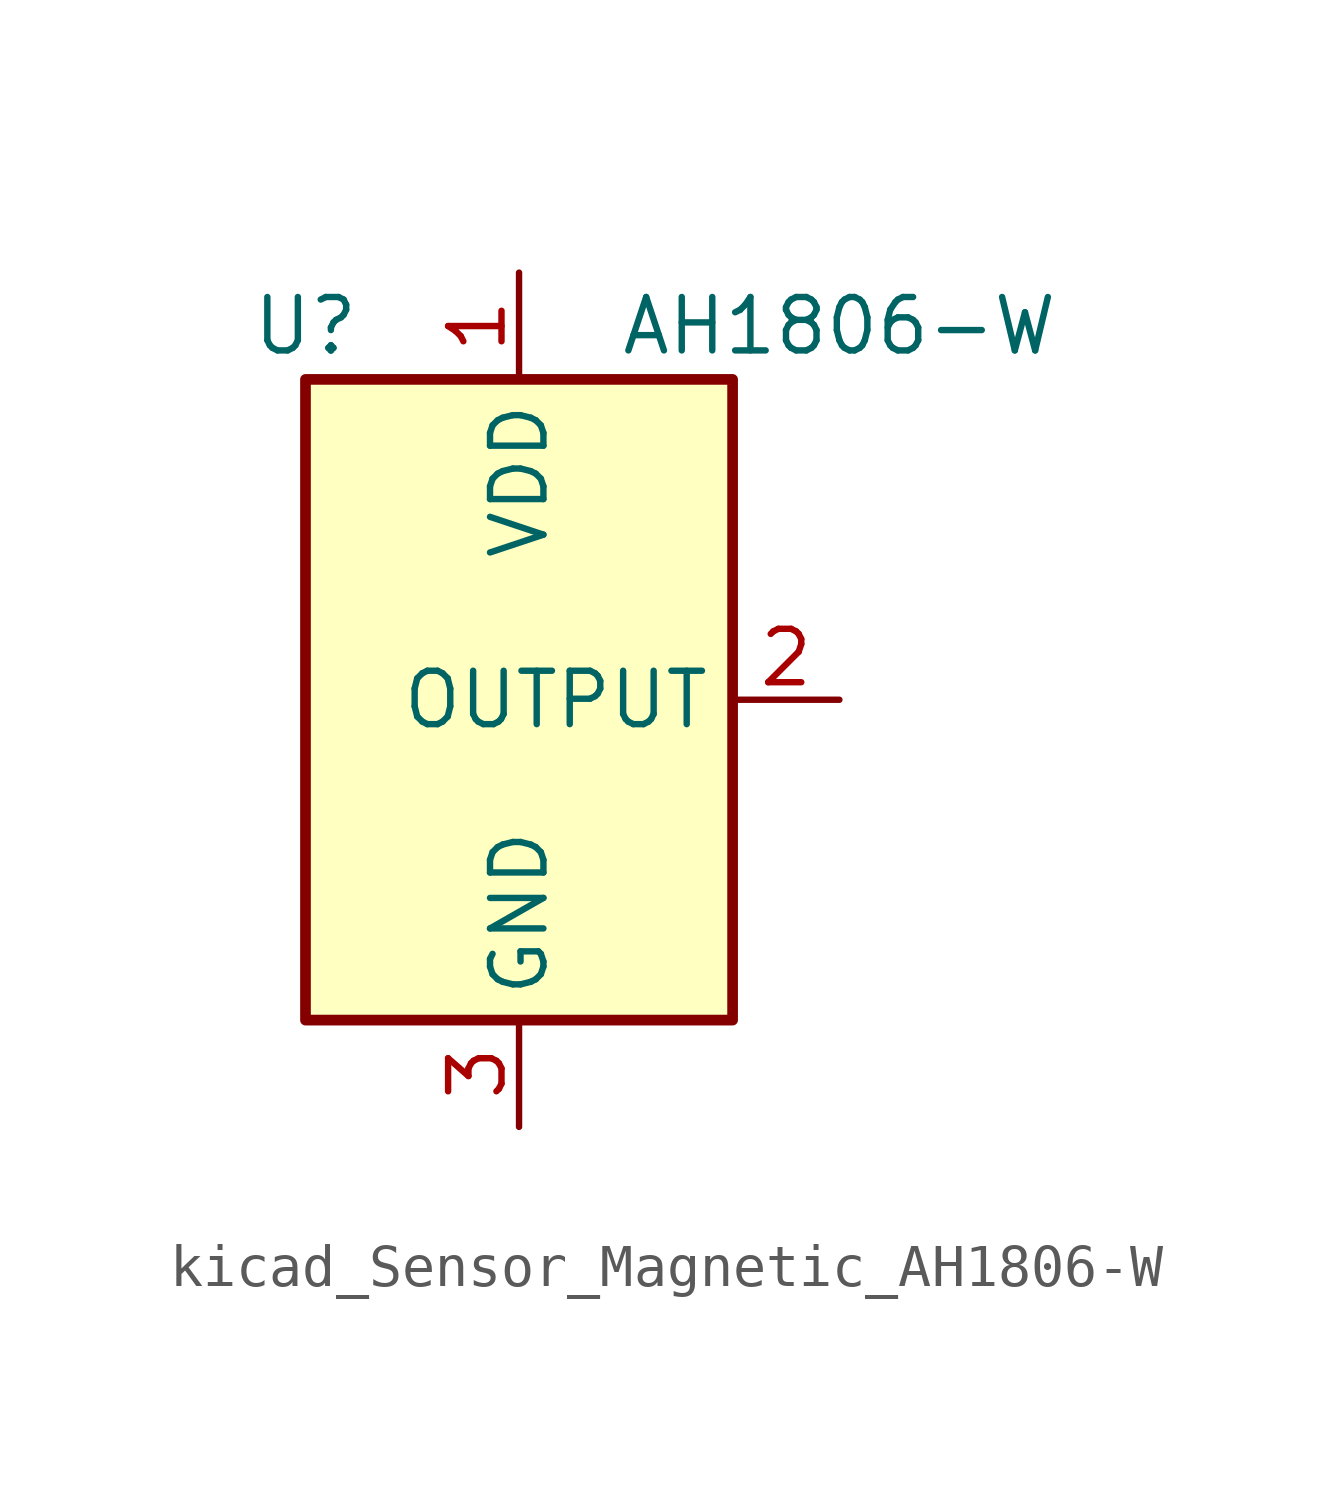
<source format=kicad_sym>
(kicad_symbol_lib
  (version 20220914)
  (generator kicad_symbol_editor)
  (symbol "kicad_Sensor_Magnetic_AH1806-W"
    (property "Reference" "U"
      (at -5.08 8.89 0)
      (effects (font (size 1.27 1.27))))
    (property "Value" "AH1806-W"
      (at 7.62 8.89 0)
      (effects (font (size 1.27 1.27))))
    (symbol "kicad_Sensor_Magnetic_AH1806-W_0_1"
      (rectangle (start 5.08 7.62) (end -5.08 -7.62) (stroke (width 0.254) (type default)) (fill (type background))))
    (symbol "kicad_Sensor_Magnetic_AH1806-W_1_1"
      (pin power_in line (at 0 10.16 270) (length 2.54) (name "VDD" (effects (font (size 1.27 1.27)))) (number "1" (effects (font (size 1.27 1.27)))))
      (pin open_collector line (at 7.62 0 180) (length 2.54) (name "OUTPUT" (effects (font (size 1.27 1.27)))) (number "2" (effects (font (size 1.27 1.27)))))
      (pin power_in line (at 0 -10.16 90) (length 2.54) (name "GND" (effects (font (size 1.27 1.27)))) (number "3" (effects (font (size 1.27 1.27))))))))
</source>
